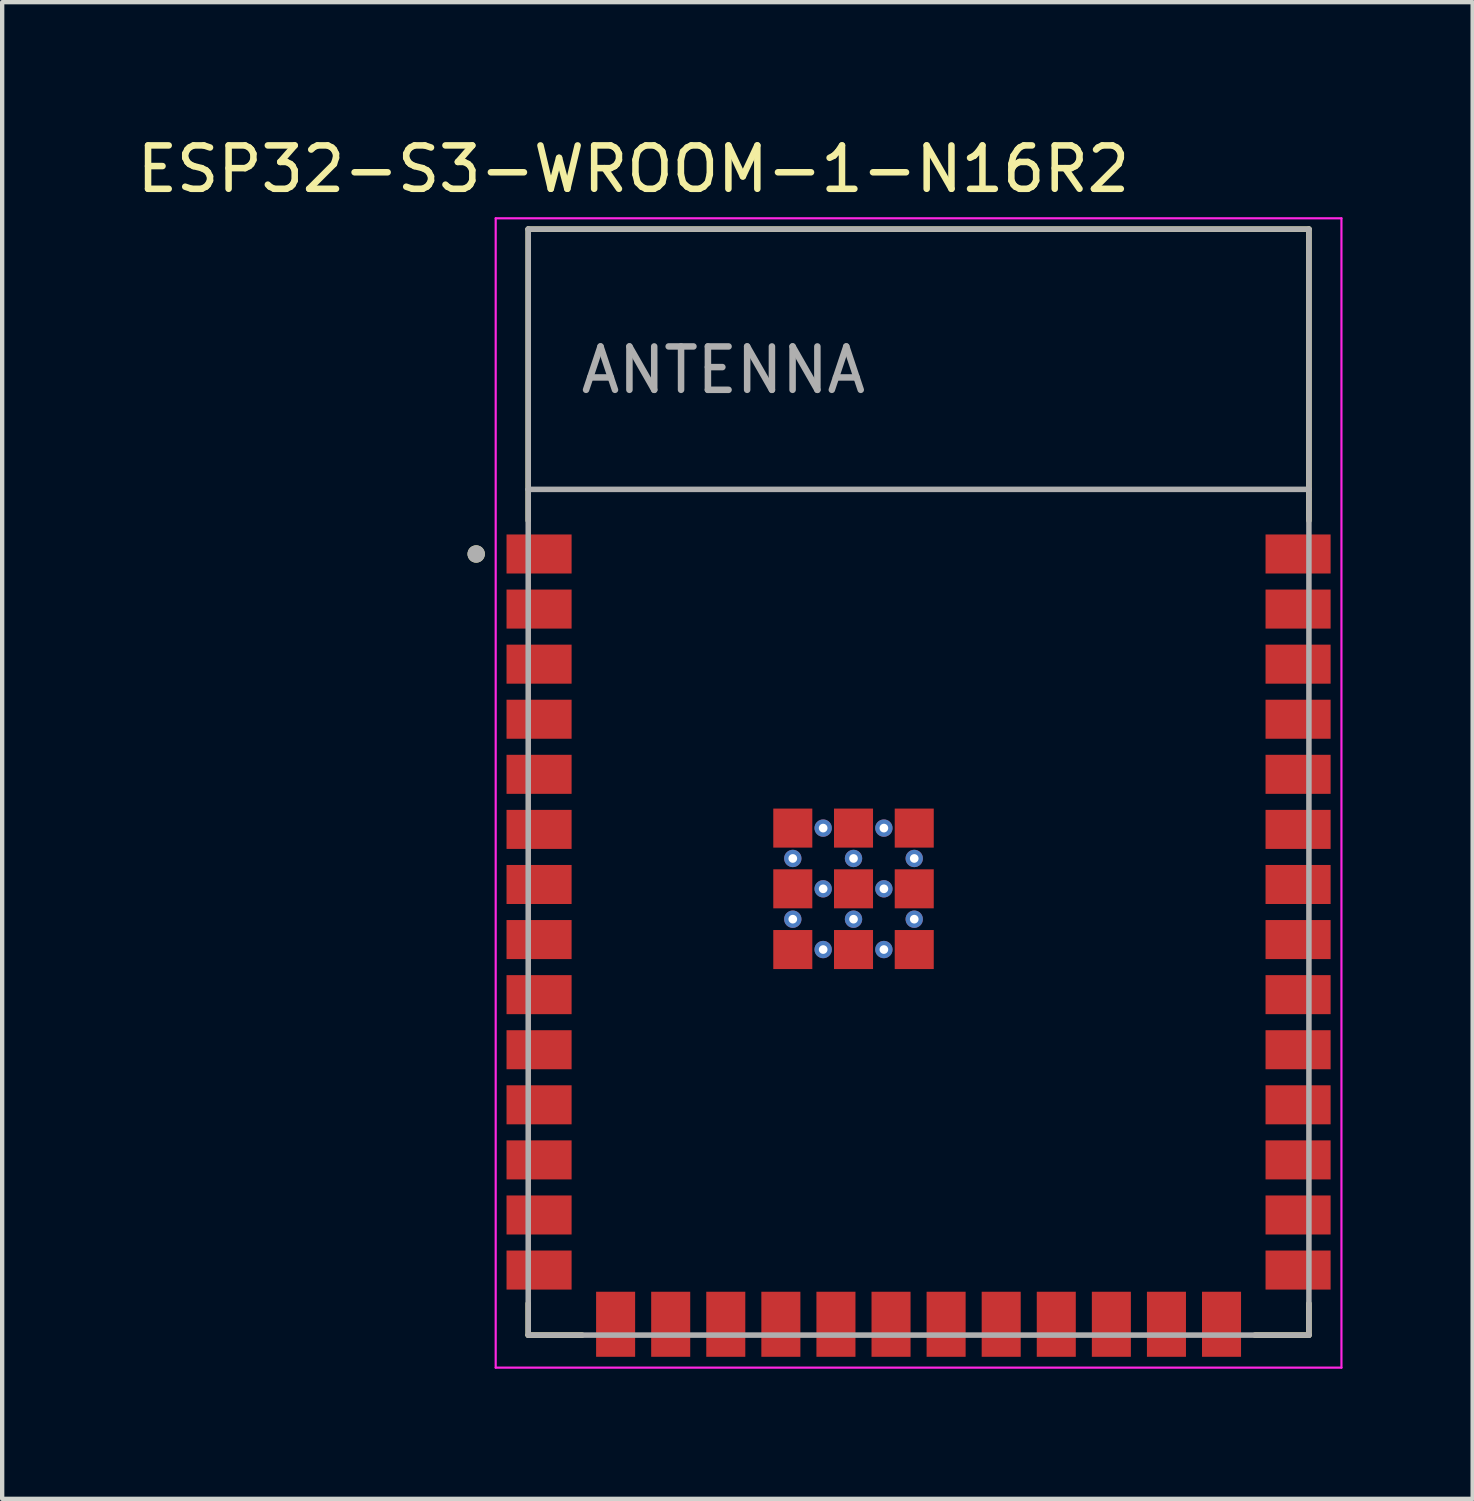
<source format=kicad_pcb>
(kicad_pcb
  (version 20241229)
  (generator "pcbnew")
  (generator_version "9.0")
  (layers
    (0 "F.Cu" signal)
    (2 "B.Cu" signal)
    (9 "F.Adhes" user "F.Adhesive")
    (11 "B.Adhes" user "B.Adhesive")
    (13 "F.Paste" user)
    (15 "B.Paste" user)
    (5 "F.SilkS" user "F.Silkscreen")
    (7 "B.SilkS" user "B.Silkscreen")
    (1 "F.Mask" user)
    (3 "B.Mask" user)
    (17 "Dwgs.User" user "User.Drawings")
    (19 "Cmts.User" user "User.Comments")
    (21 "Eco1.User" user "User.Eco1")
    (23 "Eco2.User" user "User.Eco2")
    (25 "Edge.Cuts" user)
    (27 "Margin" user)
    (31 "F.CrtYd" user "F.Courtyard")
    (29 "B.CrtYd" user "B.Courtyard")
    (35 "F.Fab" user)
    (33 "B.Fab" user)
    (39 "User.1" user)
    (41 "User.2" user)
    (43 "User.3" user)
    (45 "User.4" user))
  (footprint "ESP32-S3-WROOM-1-N16R2"
    (layer "F.Cu")
    (at 18.129 14.983)
    (property "Reference" "ESP32-S3-WROOM-1-N16R2" (at -6.575 -14.135 0) (layer "F.SilkS") (effects (font (size 1 1) (thickness 0.15))))
    (attr smd)
    (fp_line (start -9 -12.75) (end 9 -12.75) (stroke (width 0.127) (type solid)) (layer "F.SilkS"))
    (fp_line (start -9 -6.03) (end -9 -12.75) (stroke (width 0.127) (type solid)) (layer "F.SilkS"))
    (fp_line (start -9 12.02) (end -9 12.75) (stroke (width 0.127) (type solid)) (layer "F.SilkS"))
    (fp_line (start -9 12.75) (end -7.755 12.75) (stroke (width 0.127) (type solid)) (layer "F.SilkS"))
    (fp_line (start 9 -12.75) (end 9 -6.03) (stroke (width 0.127) (type solid)) (layer "F.SilkS"))
    (fp_line (start 9 12.02) (end 9 12.75) (stroke (width 0.127) (type solid)) (layer "F.SilkS"))
    (fp_line (start 9 12.75) (end 7.755 12.75) (stroke (width 0.127) (type solid)) (layer "F.SilkS"))
    (fp_circle (center -10.2 -5.26) (end -10.1 -5.26) (stroke (width 0.2) (type solid)) (fill no) (layer "F.SilkS"))
    (fp_line (start -9.75 -13) (end 9.75 -13) (stroke (width 0.05) (type solid)) (layer "F.CrtYd"))
    (fp_line (start -9.75 13.5) (end -9.75 -13) (stroke (width 0.05) (type solid)) (layer "F.CrtYd"))
    (fp_line (start -9.75 13.5) (end 9.75 13.5) (stroke (width 0.05) (type solid)) (layer "F.CrtYd"))
    (fp_line (start 9.75 -13) (end 9.75 13.5) (stroke (width 0.05) (type solid)) (layer "F.CrtYd"))
    (fp_line (start -9 -12.75) (end 9 -12.75) (stroke (width 0.127) (type solid)) (layer "F.Fab"))
    (fp_line (start -9 -6.75) (end -9 -12.75) (stroke (width 0.127) (type solid)) (layer "F.Fab"))
    (fp_line (start -9 -6.75) (end 9 -6.75) (stroke (width 0.127) (type solid)) (layer "F.Fab"))
    (fp_line (start -9 12.75) (end -9 -6.75) (stroke (width 0.127) (type solid)) (layer "F.Fab"))
    (fp_line (start 9 -12.75) (end 9 -6.75) (stroke (width 0.127) (type solid)) (layer "F.Fab"))
    (fp_line (start 9 -6.75) (end 9 12.75) (stroke (width 0.127) (type solid)) (layer "F.Fab"))
    (fp_line (start 9 12.75) (end -9 12.75) (stroke (width 0.127) (type solid)) (layer "F.Fab"))
    (fp_circle (center -10.2 -5.26) (end -10.1 -5.26) (stroke (width 0.2) (type solid)) (fill no) (layer "F.Fab"))
    (fp_text user "ANTENNA" (at -4.5 -9.5 0) (layer "F.Fab") (effects (font (size 1 1) (thickness 0.15))))
    (pad "1" smd rect (at -8.75 -5.26) (size 1.5 0.9) (layers "F.Cu" "F.Mask" "F.Paste"))
    (pad "2" smd rect (at -8.75 -3.99) (size 1.5 0.9) (layers "F.Cu" "F.Mask" "F.Paste"))
    (pad "3" smd rect (at -8.75 -2.72) (size 1.5 0.9) (layers "F.Cu" "F.Mask" "F.Paste"))
    (pad "4" smd rect (at -8.75 -1.45) (size 1.5 0.9) (layers "F.Cu" "F.Mask" "F.Paste"))
    (pad "5" smd rect (at -8.75 -0.18) (size 1.5 0.9) (layers "F.Cu" "F.Mask" "F.Paste"))
    (pad "6" smd rect (at -8.75 1.09) (size 1.5 0.9) (layers "F.Cu" "F.Mask" "F.Paste"))
    (pad "7" smd rect (at -8.75 2.36) (size 1.5 0.9) (layers "F.Cu" "F.Mask" "F.Paste"))
    (pad "8" smd rect (at -8.75 3.63) (size 1.5 0.9) (layers "F.Cu" "F.Mask" "F.Paste"))
    (pad "9" smd rect (at -8.75 4.9) (size 1.5 0.9) (layers "F.Cu" "F.Mask" "F.Paste"))
    (pad "10" smd rect (at -8.75 6.17) (size 1.5 0.9) (layers "F.Cu" "F.Mask" "F.Paste"))
    (pad "11" smd rect (at -8.75 7.44) (size 1.5 0.9) (layers "F.Cu" "F.Mask" "F.Paste"))
    (pad "12" smd rect (at -8.75 8.71) (size 1.5 0.9) (layers "F.Cu" "F.Mask" "F.Paste"))
    (pad "13" smd rect (at -8.75 9.98) (size 1.5 0.9) (layers "F.Cu" "F.Mask" "F.Paste"))
    (pad "14" smd rect (at -8.75 11.25) (size 1.5 0.9) (layers "F.Cu" "F.Mask" "F.Paste"))
    (pad "15" smd rect (at -6.985 12.5) (size 0.9 1.5) (layers "F.Cu" "F.Mask" "F.Paste"))
    (pad "16" smd rect (at -5.715 12.5) (size 0.9 1.5) (layers "F.Cu" "F.Mask" "F.Paste"))
    (pad "17" smd rect (at -4.445 12.5) (size 0.9 1.5) (layers "F.Cu" "F.Mask" "F.Paste"))
    (pad "18" smd rect (at -3.175 12.5) (size 0.9 1.5) (layers "F.Cu" "F.Mask" "F.Paste"))
    (pad "19" smd rect (at -1.905 12.5) (size 0.9 1.5) (layers "F.Cu" "F.Mask" "F.Paste"))
    (pad "20" smd rect (at -0.635 12.5) (size 0.9 1.5) (layers "F.Cu" "F.Mask" "F.Paste"))
    (pad "21" smd rect (at 0.635 12.5) (size 0.9 1.5) (layers "F.Cu" "F.Mask" "F.Paste"))
    (pad "22" smd rect (at 1.905 12.5) (size 0.9 1.5) (layers "F.Cu" "F.Mask" "F.Paste"))
    (pad "23" smd rect (at 3.175 12.5) (size 0.9 1.5) (layers "F.Cu" "F.Mask" "F.Paste"))
    (pad "24" smd rect (at 4.445 12.5) (size 0.9 1.5) (layers "F.Cu" "F.Mask" "F.Paste"))
    (pad "25" smd rect (at 5.715 12.5) (size 0.9 1.5) (layers "F.Cu" "F.Mask" "F.Paste"))
    (pad "26" smd rect (at 6.985 12.5) (size 0.9 1.5) (layers "F.Cu" "F.Mask" "F.Paste"))
    (pad "27" smd rect (at 8.75 11.25) (size 1.5 0.9) (layers "F.Cu" "F.Mask" "F.Paste"))
    (pad "28" smd rect (at 8.75 9.98) (size 1.5 0.9) (layers "F.Cu" "F.Mask" "F.Paste"))
    (pad "29" smd rect (at 8.75 8.71) (size 1.5 0.9) (layers "F.Cu" "F.Mask" "F.Paste"))
    (pad "30" smd rect (at 8.75 7.44) (size 1.5 0.9) (layers "F.Cu" "F.Mask" "F.Paste"))
    (pad "31" smd rect (at 8.75 6.17) (size 1.5 0.9) (layers "F.Cu" "F.Mask" "F.Paste"))
    (pad "32" smd rect (at 8.75 4.9) (size 1.5 0.9) (layers "F.Cu" "F.Mask" "F.Paste"))
    (pad "33" smd rect (at 8.75 3.63) (size 1.5 0.9) (layers "F.Cu" "F.Mask" "F.Paste"))
    (pad "34" smd rect (at 8.75 2.36) (size 1.5 0.9) (layers "F.Cu" "F.Mask" "F.Paste"))
    (pad "35" smd rect (at 8.75 1.09) (size 1.5 0.9) (layers "F.Cu" "F.Mask" "F.Paste"))
    (pad "36" smd rect (at 8.75 -0.18) (size 1.5 0.9) (layers "F.Cu" "F.Mask" "F.Paste"))
    (pad "37" smd rect (at 8.75 -1.45) (size 1.5 0.9) (layers "F.Cu" "F.Mask" "F.Paste"))
    (pad "38" smd rect (at 8.75 -2.72) (size 1.5 0.9) (layers "F.Cu" "F.Mask" "F.Paste"))
    (pad "39" smd rect (at 8.75 -3.99) (size 1.5 0.9) (layers "F.Cu" "F.Mask" "F.Paste"))
    (pad "40" smd rect (at 8.75 -5.26) (size 1.5 0.9) (layers "F.Cu" "F.Mask" "F.Paste"))
    (pad "41_1" smd rect (at -1.5 2.46) (size 0.9 0.9) (layers "F.Cu" "F.Mask" "F.Paste"))
    (pad "41_2" smd rect (at -2.9 2.46) (size 0.9 0.9) (layers "F.Cu" "F.Mask" "F.Paste"))
    (pad "41_3" smd rect (at -0.1 2.46) (size 0.9 0.9) (layers "F.Cu" "F.Mask" "F.Paste"))
    (pad "41_4" smd rect (at -2.9 3.86) (size 0.9 0.9) (layers "F.Cu" "F.Mask" "F.Paste"))
    (pad "41_5" smd rect (at -1.5 3.86) (size 0.9 0.9) (layers "F.Cu" "F.Mask" "F.Paste"))
    (pad "41_6" smd rect (at -0.1 3.86) (size 0.9 0.9) (layers "F.Cu" "F.Mask" "F.Paste"))
    (pad "41_7" smd rect (at -2.9 1.06) (size 0.9 0.9) (layers "F.Cu" "F.Mask" "F.Paste"))
    (pad "41_8" smd rect (at -1.5 1.06) (size 0.9 0.9) (layers "F.Cu" "F.Mask" "F.Paste"))
    (pad "41_9" smd rect (at -0.1 1.06) (size 0.9 0.9) (layers "F.Cu" "F.Mask" "F.Paste"))
    (pad "41_10" thru_hole circle (at -1.5 1.76) (size 0.4 0.4) (drill 0.2) (layers "*.Cu"))
    (pad "41_11" thru_hole circle (at -2.9 1.76) (size 0.4 0.4) (drill 0.2) (layers "*.Cu"))
    (pad "41_12" thru_hole circle (at -0.1 1.76) (size 0.4 0.4) (drill 0.2) (layers "*.Cu"))
    (pad "41_13" thru_hole circle (at -2.9 3.16) (size 0.4 0.4) (drill 0.2) (layers "*.Cu"))
    (pad "41_14" thru_hole circle (at -1.5 3.16) (size 0.4 0.4) (drill 0.2) (layers "*.Cu"))
    (pad "41_15" thru_hole circle (at -0.1 3.16) (size 0.4 0.4) (drill 0.2) (layers "*.Cu"))
    (pad "41_16" thru_hole circle (at -2.2 1.06) (size 0.4 0.4) (drill 0.2) (layers "*.Cu"))
    (pad "41_17" thru_hole circle (at -0.8 1.06) (size 0.4 0.4) (drill 0.2) (layers "*.Cu"))
    (pad "41_18" thru_hole circle (at -2.2 2.46) (size 0.4 0.4) (drill 0.2) (layers "*.Cu"))
    (pad "41_19" thru_hole circle (at -0.8 2.46) (size 0.4 0.4) (drill 0.2) (layers "*.Cu"))
    (pad "41_20" thru_hole circle (at -2.2 3.86) (size 0.4 0.4) (drill 0.2) (layers "*.Cu"))
    (pad "41_21" thru_hole circle (at -0.8 3.86) (size 0.4 0.4) (drill 0.2) (layers "*.Cu"))
    (zone (net_name "") (layer "F.Cu") (hatch full 0.508) (connect_pads) (min_thickness 0.01) (filled_areas_thickness no) (keepout (tracks not_allowed) (vias not_allowed) (pads not_allowed) (copperpour not_allowed) (footprints allowed)) (placement (enabled no)) (fill) (polygon (pts (xy 9.129 2.233) (xy 27.129 2.233) (xy 27.129 8.233) (xy 9.129 8.233))))
    (zone (net_name "") (layers "F.Cu" "B.Cu") (hatch full 0.508) (connect_pads) (min_thickness 0.01) (filled_areas_thickness no) (keepout (tracks allowed) (vias not_allowed) (pads allowed) (copperpour allowed) (footprints allowed)) (placement (enabled no)) (fill) (polygon (pts (xy 9.129 2.233) (xy 27.129 2.233) (xy 27.129 8.233) (xy 9.129 8.233))))
    (zone (net_name "") (layer "B.Cu") (hatch full 0.508) (connect_pads) (min_thickness 0.01) (filled_areas_thickness no) (keepout (tracks not_allowed) (vias not_allowed) (pads not_allowed) (copperpour not_allowed) (footprints allowed)) (placement (enabled no)) (fill) (polygon (pts (xy 9.129 2.233) (xy 27.129 2.233) (xy 27.129 8.233) (xy 9.129 8.233)))))
  (gr_rect
    (start -3 -3)
    (end 30.904 31.508)
    (stroke (width 0.1) (type default))
    (fill no)
    (layer "Edge.Cuts")))
</source>
